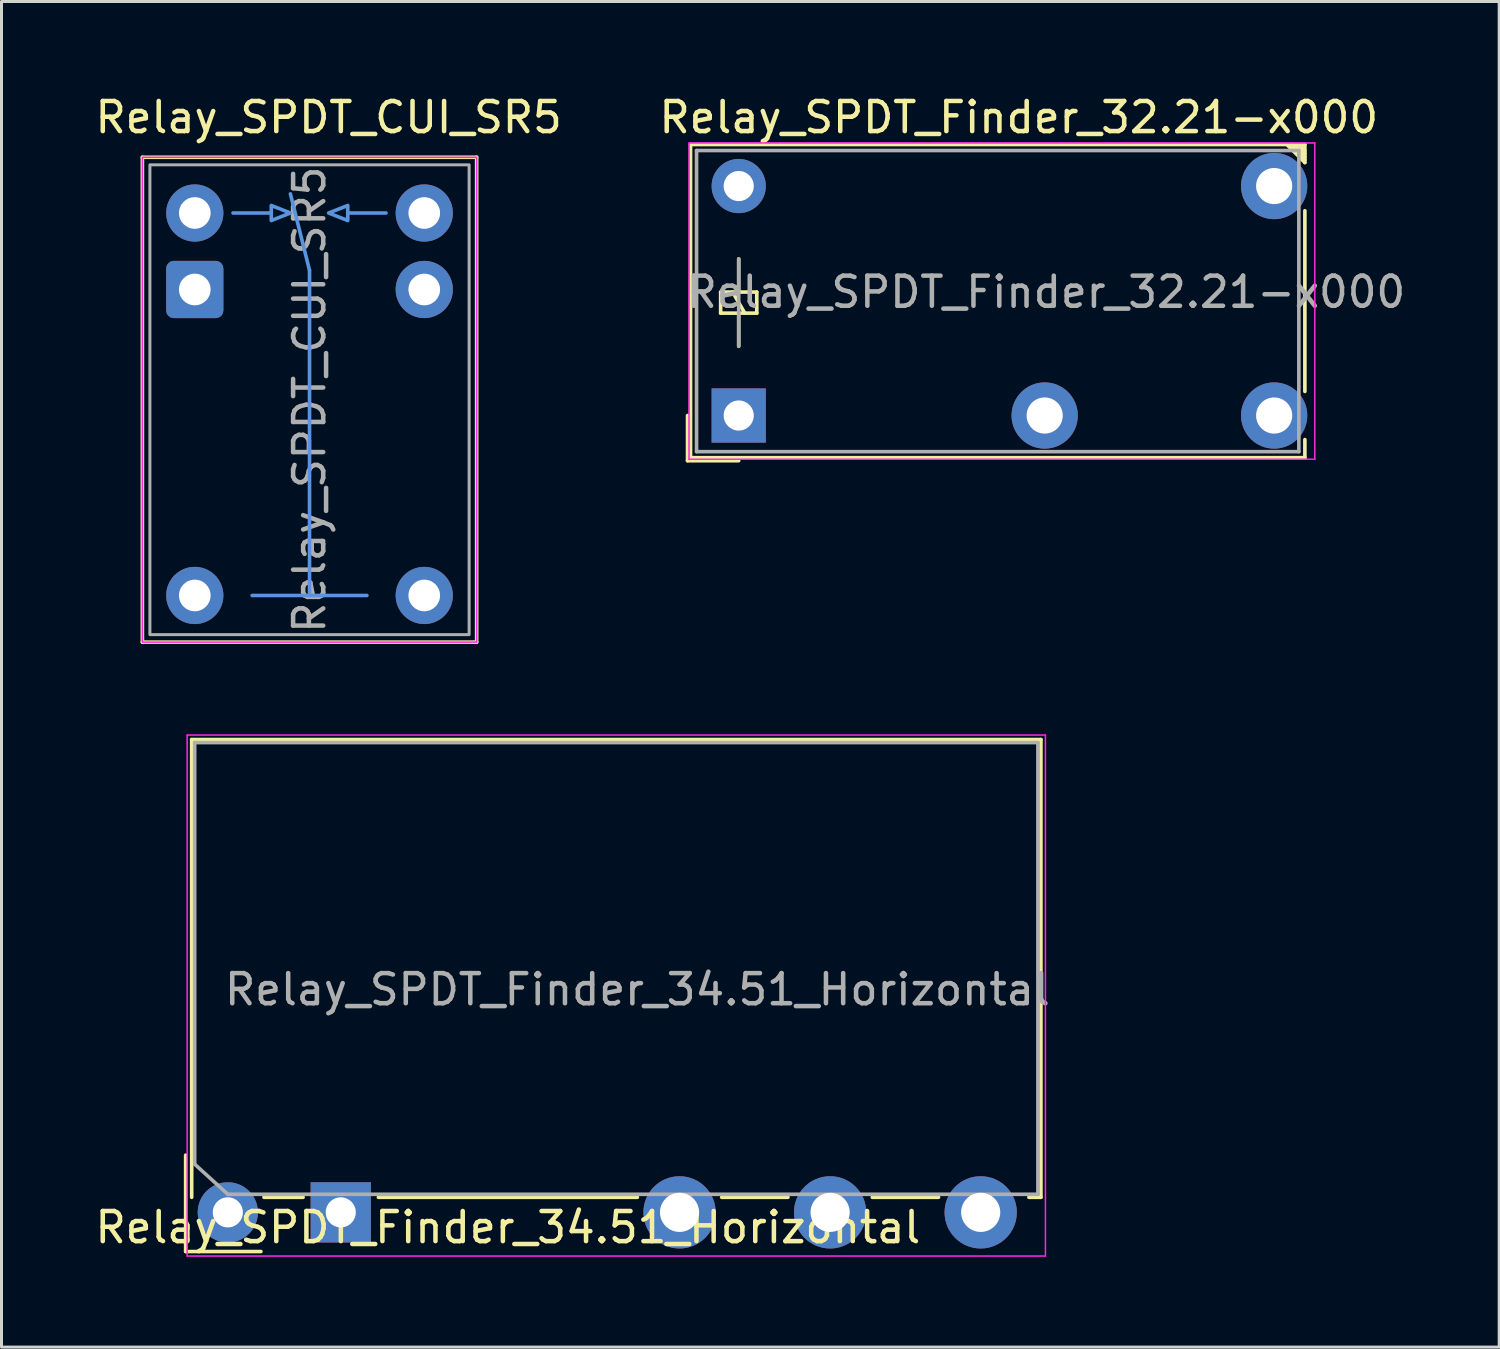
<source format=kicad_pcb>
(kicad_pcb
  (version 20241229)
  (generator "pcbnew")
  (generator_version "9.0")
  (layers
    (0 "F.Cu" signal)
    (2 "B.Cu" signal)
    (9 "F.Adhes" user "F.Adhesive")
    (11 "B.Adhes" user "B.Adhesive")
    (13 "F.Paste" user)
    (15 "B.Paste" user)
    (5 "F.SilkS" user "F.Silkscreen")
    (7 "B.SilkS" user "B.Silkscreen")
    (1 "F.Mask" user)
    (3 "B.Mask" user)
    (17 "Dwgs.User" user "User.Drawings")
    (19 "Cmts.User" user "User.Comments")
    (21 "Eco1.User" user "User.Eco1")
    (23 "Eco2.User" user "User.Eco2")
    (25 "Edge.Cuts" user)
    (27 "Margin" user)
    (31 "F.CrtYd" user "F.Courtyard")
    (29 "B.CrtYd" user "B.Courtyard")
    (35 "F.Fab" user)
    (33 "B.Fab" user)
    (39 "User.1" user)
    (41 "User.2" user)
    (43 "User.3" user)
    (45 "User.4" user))
  (footprint "Relay_SPDT_Finder_32.21-x000"
    (layer "F.Cu")
    (at 21.48 10.748)
    (property "Reference" "Relay_SPDT_Finder_32.21-x000" (at 9.3 -9.9 0) (layer "F.SilkS") (effects (font (size 1 1) (thickness 0.15))))
    (attr through_hole)
    (fp_line (start -1.7 1.5) (end -1.7 0) (stroke (width 0.12) (type solid)) (layer "F.SilkS"))
    (fp_line (start -1.6 -9) (end 18.8 -9) (stroke (width 0.12) (type solid)) (layer "F.SilkS"))
    (fp_line (start -1.6 1.4) (end -1.6 -9) (stroke (width 0.12) (type solid)) (layer "F.SilkS"))
    (fp_line (start -0.6 -4.1) (end -0.6 -3.4) (stroke (width 0.12) (type solid)) (layer "F.SilkS"))
    (fp_line (start -0.6 -3.4) (end 0.6 -3.4) (stroke (width 0.12) (type solid)) (layer "F.SilkS"))
    (fp_line (start 0 -4.1) (end 0 -5.2) (stroke (width 0.12) (type solid)) (layer "F.SilkS"))
    (fp_line (start 0 -3.4) (end 0 -2.3) (stroke (width 0.12) (type solid)) (layer "F.SilkS"))
    (fp_line (start 0 1.5) (end -1.7 1.5) (stroke (width 0.12) (type solid)) (layer "F.SilkS"))
    (fp_line (start 0.2 -3.4) (end -0.2 -4.1) (stroke (width 0.12) (type solid)) (layer "F.SilkS"))
    (fp_line (start 0.6 -4.1) (end -0.6 -4.1) (stroke (width 0.12) (type solid)) (layer "F.SilkS"))
    (fp_line (start 0.6 -3.4) (end 0.6 -4.1) (stroke (width 0.12) (type solid)) (layer "F.SilkS"))
    (fp_line (start 18.2 -9) (end 18.8 -8.4) (stroke (width 0.12) (type solid)) (layer "F.SilkS"))
    (fp_line (start 18.6 -9) (end 18.8 -8.8) (stroke (width 0.12) (type solid)) (layer "F.SilkS"))
    (fp_line (start 18.8 -9) (end 18.8 -8.4) (stroke (width 0.12) (type solid)) (layer "F.SilkS"))
    (fp_line (start 18.8 -8.7) (end 18.4 -9) (stroke (width 0.12) (type solid)) (layer "F.SilkS"))
    (fp_line (start 18.8 -8.6) (end 18.4 -9) (stroke (width 0.12) (type solid)) (layer "F.SilkS"))
    (fp_line (start 18.8 -8.5) (end 18.3 -9) (stroke (width 0.12) (type solid)) (layer "F.SilkS"))
    (fp_line (start 18.8 -6.8) (end 18.8 -0.8) (stroke (width 0.12) (type solid)) (layer "F.SilkS"))
    (fp_line (start 18.8 0.8) (end 18.8 1.4) (stroke (width 0.12) (type solid)) (layer "F.SilkS"))
    (fp_line (start 18.8 1.4) (end -1.6 1.4) (stroke (width 0.12) (type solid)) (layer "F.SilkS"))
    (fp_line (start -1.65 1.45) (end -1.65 -9.05) (stroke (width 0.05) (type solid)) (layer "F.CrtYd"))
    (fp_line (start -1.65 1.45) (end 19.13 1.45) (stroke (width 0.05) (type solid)) (layer "F.CrtYd"))
    (fp_line (start 19.13 -9.05) (end -1.65 -9.05) (stroke (width 0.05) (type solid)) (layer "F.CrtYd"))
    (fp_line (start 19.13 -9.05) (end 19.13 1.45) (stroke (width 0.05) (type solid)) (layer "F.CrtYd"))
    (fp_line (start -1.4 -8.8) (end 18.6 -8.8) (stroke (width 0.12) (type solid)) (layer "F.Fab"))
    (fp_line (start -1.4 1.2) (end -1.4 -8.8) (stroke (width 0.12) (type solid)) (layer "F.Fab"))
    (fp_line (start 0 -2.3) (end 0 -5.2) (stroke (width 0.12) (type solid)) (layer "F.Fab"))
    (fp_line (start 18.6 -8.8) (end 18.6 1.2) (stroke (width 0.12) (type solid)) (layer "F.Fab"))
    (fp_line (start 18.6 1.2) (end -1.4 1.2) (stroke (width 0.12) (type solid)) (layer "F.Fab"))
    (fp_text user "${REFERENCE}" (at 10.2 -4.1 180) (layer "F.Fab") (effects (font (size 1 1) (thickness 0.15))))
    (pad "11" thru_hole circle (at 10.16 0 90) (size 2.2 2.2) (drill 1.2) (layers "*.Cu" "*.Mask"))
    (pad "12" thru_hole circle (at 17.78 -7.62 90) (size 2.2 2.2) (drill 1.2) (layers "*.Cu" "*.Mask"))
    (pad "14" thru_hole circle (at 17.78 0 90) (size 2.2 2.2) (drill 1.2) (layers "*.Cu" "*.Mask"))
    (pad "A1" thru_hole rect (at 0 0 90) (size 1.8 1.8) (drill 1) (layers "*.Cu" "*.Mask"))
    (pad "A2" thru_hole circle (at 0 -7.62 90) (size 1.8 1.8) (drill 1) (layers "*.Cu" "*.Mask")))
  (footprint "Relay_SPDT_Finder_34.51_Horizontal"
    (layer "F.Cu")
    (at 8.265 37.208)
    (property "Reference" "Relay_SPDT_Finder_34.51_Horizontal" (at 5.55 0.5 0) (layer "F.SilkS") (effects (font (size 1 1) (thickness 0.15))))
    (attr through_hole)
    (fp_line (start -5.15 -1.9) (end -5.15 1.3) (stroke (width 0.12) (type solid)) (layer "F.SilkS"))
    (fp_line (start -5.15 1.3) (end -2.65 1.3) (stroke (width 0.12) (type solid)) (layer "F.SilkS"))
    (fp_line (start -4.95 -15.7) (end 23.25 -15.7) (stroke (width 0.12) (type solid)) (layer "F.SilkS"))
    (fp_line (start -4.95 -0.5) (end -4.95 -15.7) (stroke (width 0.12) (type solid)) (layer "F.SilkS"))
    (fp_line (start -1.25 -0.5) (end -2.55 -0.5) (stroke (width 0.12) (type solid)) (layer "F.SilkS"))
    (fp_line (start 9.85 -0.5) (end 1.25 -0.5) (stroke (width 0.12) (type solid)) (layer "F.SilkS"))
    (fp_line (start 14.85 -0.5) (end 12.65 -0.5) (stroke (width 0.12) (type solid)) (layer "F.SilkS"))
    (fp_line (start 19.85 -0.5) (end 17.65 -0.5) (stroke (width 0.12) (type solid)) (layer "F.SilkS"))
    (fp_line (start 23.25 -15.7) (end 23.25 -0.5) (stroke (width 0.12) (type solid)) (layer "F.SilkS"))
    (fp_line (start 23.25 -0.5) (end 22.85 -0.5) (stroke (width 0.12) (type solid)) (layer "F.SilkS"))
    (fp_line (start -5.1 -15.85) (end -5.1 1.45) (stroke (width 0.05) (type solid)) (layer "F.CrtYd"))
    (fp_line (start -5.1 -15.85) (end 23.4 -15.85) (stroke (width 0.05) (type solid)) (layer "F.CrtYd"))
    (fp_line (start 23.4 1.45) (end -5.1 1.45) (stroke (width 0.05) (type solid)) (layer "F.CrtYd"))
    (fp_line (start 23.4 1.45) (end 23.4 -15.85) (stroke (width 0.05) (type solid)) (layer "F.CrtYd"))
    (fp_line (start -4.85 -15.6) (end -4.85 -1.6) (stroke (width 0.12) (type solid)) (layer "F.Fab"))
    (fp_line (start -4.85 -1.6) (end -3.75 -0.6) (stroke (width 0.12) (type solid)) (layer "F.Fab"))
    (fp_line (start -3.75 -0.6) (end 23.15 -0.6) (stroke (width 0.12) (type solid)) (layer "F.Fab"))
    (fp_line (start 23.15 -15.6) (end -4.85 -15.6) (stroke (width 0.12) (type solid)) (layer "F.Fab"))
    (fp_line (start 23.15 -0.6) (end 23.15 -15.6) (stroke (width 0.12) (type solid)) (layer "F.Fab"))
    (fp_text user "${REFERENCE}" (at 9.85 -7.4 0) (layer "F.Fab") (effects (font (size 1 1) (thickness 0.15))))
    (pad "11" thru_hole circle (at 16.25 0) (size 2.4 2.4) (drill 1.3) (layers "*.Cu" "*.Mask"))
    (pad "12" thru_hole circle (at 11.25 0) (size 2.4 2.4) (drill 1.3) (layers "*.Cu" "*.Mask"))
    (pad "14" thru_hole circle (at 21.25 0) (size 2.4 2.4) (drill 1.3) (layers "*.Cu" "*.Mask"))
    (pad "A1" thru_hole rect (at 0 0) (size 2 2) (drill 1) (layers "*.Cu" "*.Mask"))
    (pad "A2" thru_hole circle (at -3.75 0) (size 2 2) (drill 1) (layers "*.Cu" "*.Mask")))
  (footprint "Relay_SPDT_CUI_SR5"
    (layer "F.Cu")
    (at 3.418 6.563)
    (property "Reference" "Relay_SPDT_CUI_SR5" (at 4.445 -5.715 0) (unlocked yes) (layer "F.SilkS") (effects (font (size 1 1) (thickness 0.15))))
    (attr through_hole)
    (fp_line (start -1.74 -4.39) (end 9.36 -4.39) (stroke (width 0.12) (type default)) (layer "F.SilkS"))
    (fp_line (start -1.74 11.71) (end -1.74 -4.39) (stroke (width 0.12) (type default)) (layer "F.SilkS"))
    (fp_line (start 9.36 -4.39) (end 9.36 11.71) (stroke (width 0.12) (type default)) (layer "F.SilkS"))
    (fp_line (start 9.36 11.71) (end -1.74 11.71) (stroke (width 0.12) (type default)) (layer "F.SilkS"))
    (fp_line (start 1.27 -2.54) (end 2.54 -2.54) (stroke (width 0.12) (type default)) (layer "Cmts.User"))
    (fp_line (start 3.175 -3.175) (end 3.81 -0.635) (stroke (width 0.12) (type default)) (layer "Cmts.User"))
    (fp_line (start 3.81 -0.635) (end 3.81 10.16) (stroke (width 0.12) (type default)) (layer "Cmts.User"))
    (fp_line (start 3.81 10.16) (end 1.905 10.16) (stroke (width 0.12) (type default)) (layer "Cmts.User"))
    (fp_line (start 3.81 10.16) (end 5.715 10.16) (stroke (width 0.12) (type default)) (layer "Cmts.User"))
    (fp_line (start 6.35 -2.54) (end 5.08 -2.54) (stroke (width 0.12) (type default)) (layer "Cmts.User"))
    (fp_poly (pts (xy 3.175 -2.54) (xy 2.54 -2.29) (xy 2.54 -2.79) (xy 3.175 -2.54)) (stroke (width 0.12) (type solid)) (fill no) (layer "Cmts.User"))
    (fp_poly (pts (xy 4.445 -2.54) (xy 5.08 -2.79) (xy 5.08 -2.29) (xy 4.445 -2.54)) (stroke (width 0.12) (type solid)) (fill no) (layer "Cmts.User"))
    (fp_rect (start -1.74 -4.39) (end 9.36 11.71) (stroke (width 0.05) (type default)) (fill no) (layer "F.CrtYd"))
    (fp_rect (start -1.49 -4.14) (end 9.11 11.46) (stroke (width 0.1) (type solid)) (fill no) (layer "F.Fab"))
    (fp_text user "${REFERENCE}" (at 3.81 3.66 90) (unlocked yes) (layer "F.Fab") (effects (font (size 1 1) (thickness 0.15))))
    (pad "11" thru_hole circle (at 0 10.16) (size 1.9 1.9) (drill 1.05) (layers "*.Cu" "*.Mask"))
    (pad "11" thru_hole circle (at 7.62 10.16) (size 1.9 1.9) (drill 1.05) (layers "*.Cu" "*.Mask"))
    (pad "12" thru_hole circle (at 0 -2.54) (size 1.9 1.9) (drill 1.05) (layers "*.Cu" "*.Mask"))
    (pad "14" thru_hole circle (at 7.62 -2.54) (size 1.9 1.9) (drill 1.05) (layers "*.Cu" "*.Mask"))
    (pad "A1" thru_hole roundrect (at 0 0) (size 1.9 1.9) (drill 1.05) (layers "*.Cu" "*.Mask") (roundrect_rratio 0.132))
    (pad "A2" thru_hole circle (at 7.62 0) (size 1.9 1.9) (drill 1.05) (layers "*.Cu" "*.Mask")))
  (gr_rect
    (start -3 -3)
    (end 46.733 41.683)
    (stroke (width 0.1) (type default))
    (fill no)
    (layer "Edge.Cuts")))
</source>
